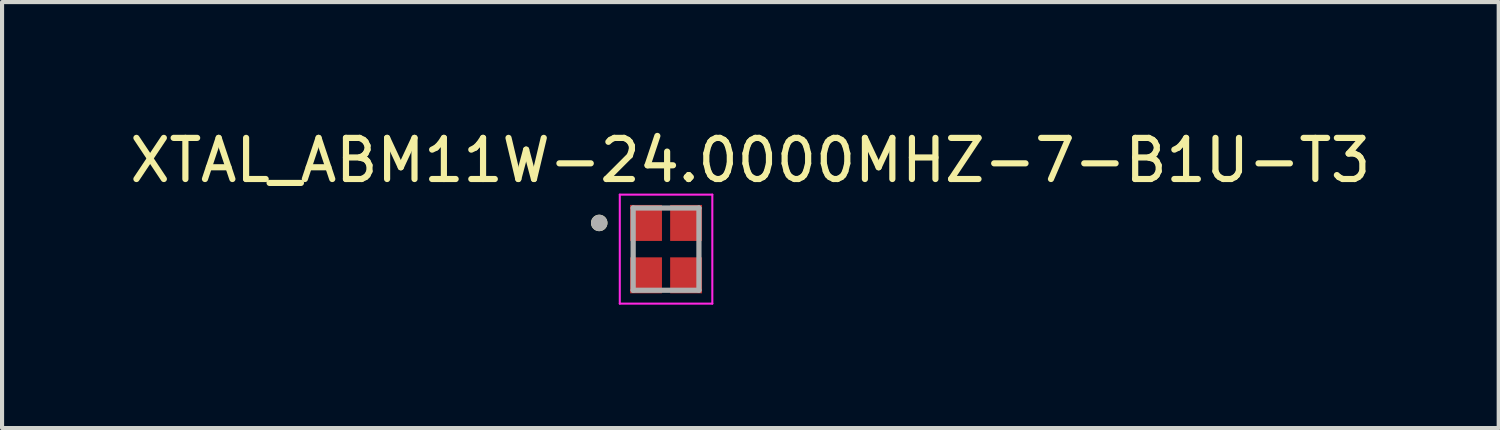
<source format=kicad_pcb>
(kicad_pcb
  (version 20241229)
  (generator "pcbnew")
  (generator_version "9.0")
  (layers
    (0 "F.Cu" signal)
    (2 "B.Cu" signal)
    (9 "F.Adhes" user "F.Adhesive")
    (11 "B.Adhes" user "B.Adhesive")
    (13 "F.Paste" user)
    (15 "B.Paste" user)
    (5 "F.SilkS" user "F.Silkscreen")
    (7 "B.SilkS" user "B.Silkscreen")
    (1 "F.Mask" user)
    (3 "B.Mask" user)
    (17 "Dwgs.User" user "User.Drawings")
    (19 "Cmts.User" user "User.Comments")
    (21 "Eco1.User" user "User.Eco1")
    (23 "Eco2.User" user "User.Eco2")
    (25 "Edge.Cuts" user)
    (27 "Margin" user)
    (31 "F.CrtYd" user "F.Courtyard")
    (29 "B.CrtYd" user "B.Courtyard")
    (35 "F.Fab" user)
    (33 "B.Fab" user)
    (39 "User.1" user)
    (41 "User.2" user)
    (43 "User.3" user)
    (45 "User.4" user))
  (footprint "XTAL_ABM11W-24.0000MHZ-7-B1U-T3"
    (layer "F.Cu")
    (at 13.146 3.008)
    (property "Reference" "XTAL_ABM11W-24.0000MHZ-7-B1U-T3" (at 2.05 -2.16 0) (layer "F.SilkS") (effects (font (size 1 1) (thickness 0.15))))
    (attr smd)
    (fp_circle (center -1.625 -0.637) (end -1.525 -0.637) (stroke (width 0.2) (type solid)) (fill no) (layer "F.SilkS"))
    (fp_line (start -1.125 -1.325) (end -1.125 1.325) (stroke (width 0.05) (type solid)) (layer "F.CrtYd"))
    (fp_line (start -1.125 -1.325) (end 1.125 -1.325) (stroke (width 0.05) (type solid)) (layer "F.CrtYd"))
    (fp_line (start 1.125 -1.325) (end 1.125 1.325) (stroke (width 0.05) (type solid)) (layer "F.CrtYd"))
    (fp_line (start 1.125 1.325) (end -1.125 1.325) (stroke (width 0.05) (type solid)) (layer "F.CrtYd"))
    (fp_line (start -0.8 -1) (end -0.8 1) (stroke (width 0.127) (type solid)) (layer "F.Fab"))
    (fp_line (start -0.8 -1) (end 0.8 -1) (stroke (width 0.127) (type solid)) (layer "F.Fab"))
    (fp_line (start 0.8 -1) (end 0.8 1) (stroke (width 0.127) (type solid)) (layer "F.Fab"))
    (fp_line (start 0.8 1) (end -0.8 1) (stroke (width 0.127) (type solid)) (layer "F.Fab"))
    (fp_circle (center -1.625 -0.637) (end -1.525 -0.637) (stroke (width 0.2) (type solid)) (fill no) (layer "F.Fab"))
    (pad "1" smd rect (at -0.487 -0.637) (size 0.775 0.875) (layers "F.Cu" "F.Mask" "F.Paste"))
    (pad "2" smd rect (at -0.487 0.637) (size 0.775 0.875) (layers "F.Cu" "F.Mask" "F.Paste"))
    (pad "3" smd rect (at 0.487 0.637) (size 0.775 0.875) (layers "F.Cu" "F.Mask" "F.Paste"))
    (pad "4" smd rect (at 0.487 -0.637) (size 0.775 0.875) (layers "F.Cu" "F.Mask" "F.Paste")))
  (gr_rect
    (start -3 -3)
    (end 33.393 7.358)
    (stroke (width 0.1) (type default))
    (fill no)
    (layer "Edge.Cuts")))
</source>
